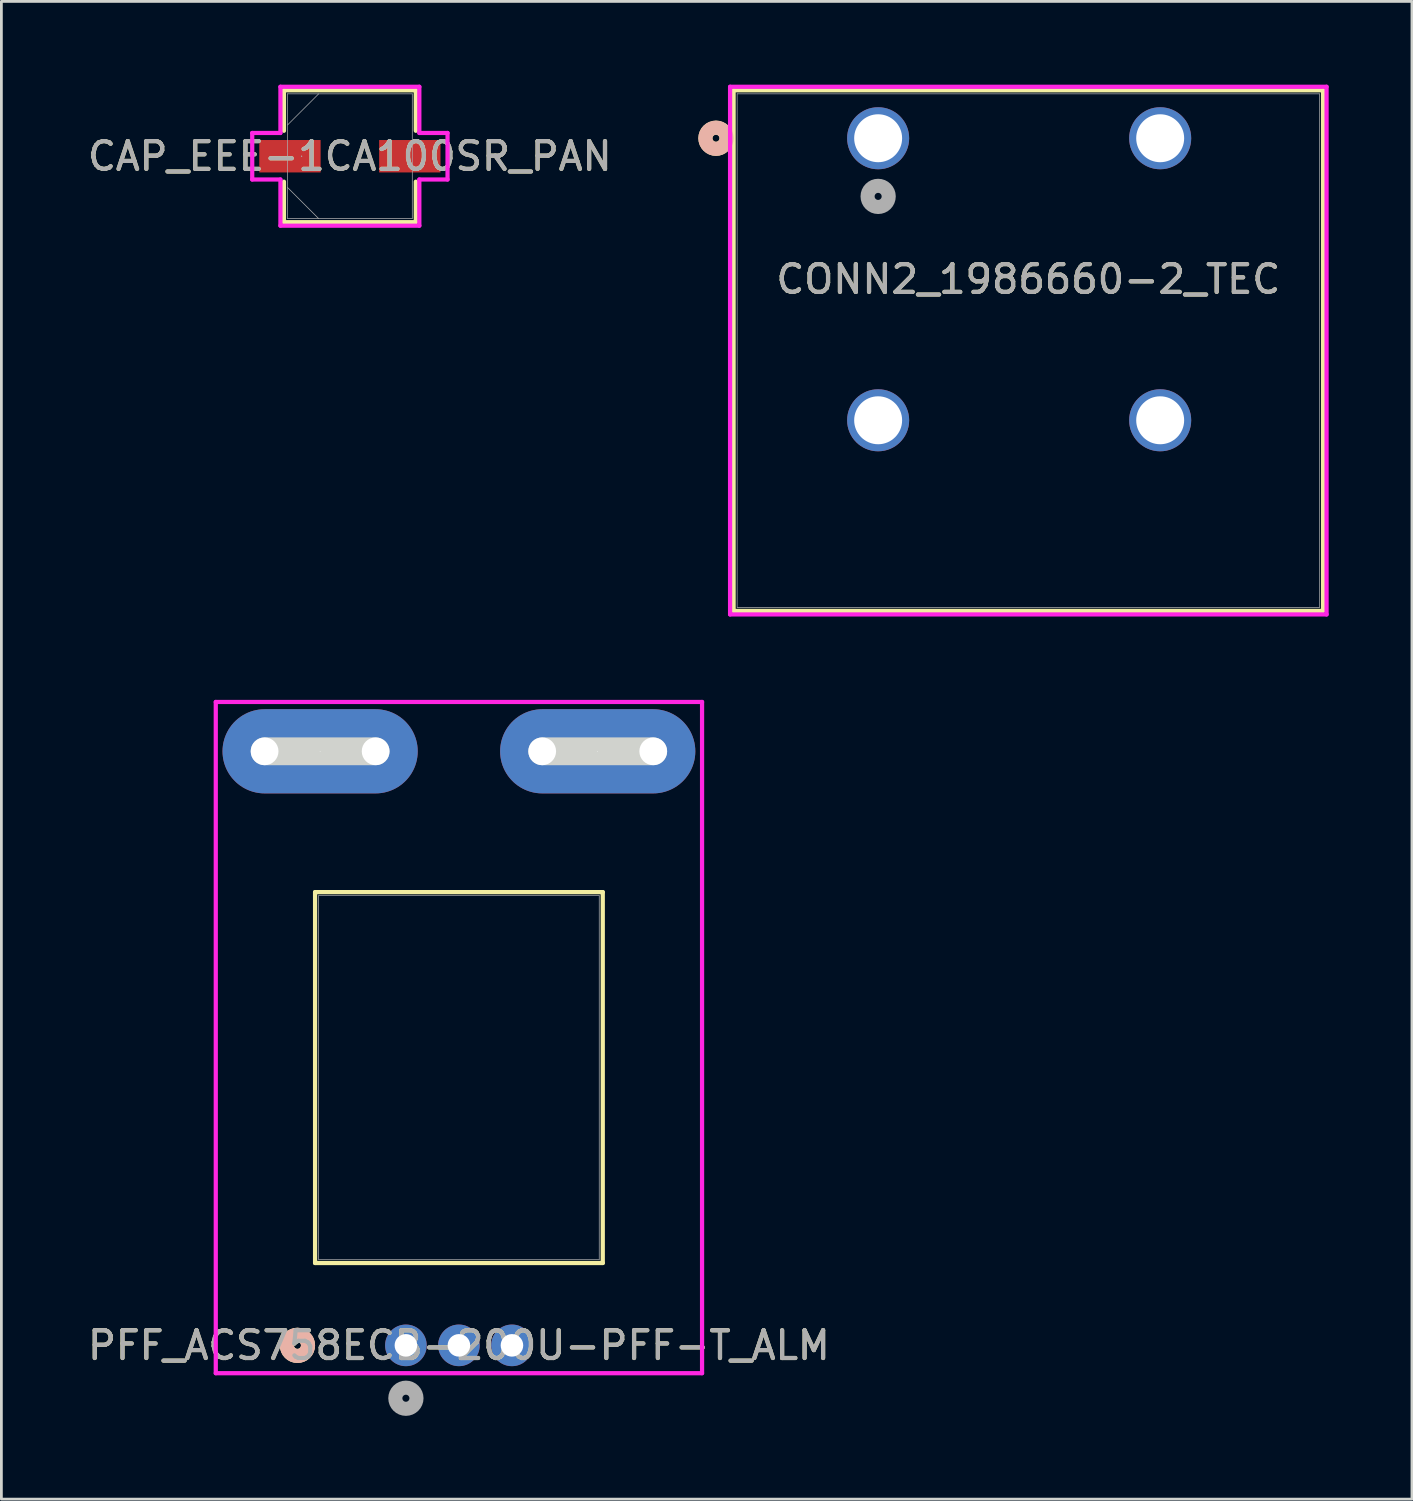
<source format=kicad_pcb>
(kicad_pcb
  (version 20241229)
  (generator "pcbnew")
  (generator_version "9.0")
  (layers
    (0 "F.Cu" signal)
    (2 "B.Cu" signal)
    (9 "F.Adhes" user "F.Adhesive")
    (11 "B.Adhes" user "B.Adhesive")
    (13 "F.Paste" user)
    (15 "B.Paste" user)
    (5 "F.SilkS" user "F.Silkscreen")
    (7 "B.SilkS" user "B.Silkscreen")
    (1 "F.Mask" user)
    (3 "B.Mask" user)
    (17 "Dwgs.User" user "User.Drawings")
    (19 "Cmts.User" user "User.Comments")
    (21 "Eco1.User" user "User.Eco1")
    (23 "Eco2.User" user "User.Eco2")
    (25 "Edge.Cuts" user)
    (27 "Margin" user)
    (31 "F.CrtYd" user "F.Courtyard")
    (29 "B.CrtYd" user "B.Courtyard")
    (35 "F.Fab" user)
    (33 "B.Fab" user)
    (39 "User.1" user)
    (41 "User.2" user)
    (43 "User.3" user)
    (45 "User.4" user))
  (footprint "CAP_EEE-1CA100SR_PAN"
    (layer "F.Cu")
    (at 9.554 2.578)
    (property "Reference" "CAP_EEE-1CA100SR_PAN" (at 0 0 0) (unlocked yes) (layer "F.SilkS") (effects (font (size 1 1) (thickness 0.15))))
    (attr smd)
    (fp_line (start -2.375 -2.375) (end -2.375 -0.917) (stroke (width 0.152) (type solid)) (layer "F.SilkS"))
    (fp_line (start -2.375 0.917) (end -2.375 2.375) (stroke (width 0.152) (type solid)) (layer "F.SilkS"))
    (fp_line (start -2.375 2.375) (end 2.375 2.375) (stroke (width 0.152) (type solid)) (layer "F.SilkS"))
    (fp_line (start 2.375 -2.375) (end -2.375 -2.375) (stroke (width 0.152) (type solid)) (layer "F.SilkS"))
    (fp_line (start 2.375 -0.917) (end 2.375 -2.375) (stroke (width 0.152) (type solid)) (layer "F.SilkS"))
    (fp_line (start 2.375 2.375) (end 2.375 0.917) (stroke (width 0.152) (type solid)) (layer "F.SilkS"))
    (fp_line (start -3.518 -0.838) (end -2.502 -0.838) (stroke (width 0.152) (type solid)) (layer "F.CrtYd"))
    (fp_line (start -3.518 0.838) (end -3.518 -0.838) (stroke (width 0.152) (type solid)) (layer "F.CrtYd"))
    (fp_line (start -2.502 -2.502) (end 2.502 -2.502) (stroke (width 0.152) (type solid)) (layer "F.CrtYd"))
    (fp_line (start -2.502 -0.838) (end -2.502 -2.502) (stroke (width 0.152) (type solid)) (layer "F.CrtYd"))
    (fp_line (start -2.502 0.838) (end -3.518 0.838) (stroke (width 0.152) (type solid)) (layer "F.CrtYd"))
    (fp_line (start -2.502 2.502) (end -2.502 0.838) (stroke (width 0.152) (type solid)) (layer "F.CrtYd"))
    (fp_line (start 2.502 -2.502) (end 2.502 -0.838) (stroke (width 0.152) (type solid)) (layer "F.CrtYd"))
    (fp_line (start 2.502 -0.838) (end 3.518 -0.838) (stroke (width 0.152) (type solid)) (layer "F.CrtYd"))
    (fp_line (start 2.502 0.838) (end 2.502 2.502) (stroke (width 0.152) (type solid)) (layer "F.CrtYd"))
    (fp_line (start 2.502 2.502) (end -2.502 2.502) (stroke (width 0.152) (type solid)) (layer "F.CrtYd"))
    (fp_line (start 3.518 -0.838) (end 3.518 0.838) (stroke (width 0.152) (type solid)) (layer "F.CrtYd"))
    (fp_line (start 3.518 0.838) (end 2.502 0.838) (stroke (width 0.152) (type solid)) (layer "F.CrtYd"))
    (fp_line (start -2.248 -2.248) (end -2.248 2.248) (stroke (width 0.025) (type solid)) (layer "F.Fab"))
    (fp_line (start -2.248 -1.124) (end -1.124 -2.248) (stroke (width 0.025) (type solid)) (layer "F.Fab"))
    (fp_line (start -2.248 1.124) (end -1.124 2.248) (stroke (width 0.025) (type solid)) (layer "F.Fab"))
    (fp_line (start -2.248 2.248) (end 2.248 2.248) (stroke (width 0.025) (type solid)) (layer "F.Fab"))
    (fp_line (start 2.248 -2.248) (end -2.248 -2.248) (stroke (width 0.025) (type solid)) (layer "F.Fab"))
    (fp_line (start 2.248 2.248) (end 2.248 -2.248) (stroke (width 0.025) (type solid)) (layer "F.Fab"))
    (fp_circle (center -1.74 0) (end -1.74 0) (stroke (width 0.025) (type solid)) (fill no) (layer "F.Fab"))
    (fp_text user "${REFERENCE}" (at 0 0 0) (unlocked yes) (layer "F.Fab") (effects (font (size 1 1) (thickness 0.15))))
    (pad "1" smd rect (at -2.159 0) (size 2.21 1.168) (layers "F.Cu" "F.Mask" "F.Paste"))
    (pad "2" smd rect (at 2.159 0) (size 2.21 1.168) (layers "F.Cu" "F.Mask" "F.Paste"))
    (zone (net_name "") (layer "F.Cu") (hatch full 0.508) (connect_pads) (min_thickness 0.254) (filled_areas_thickness no) (keepout (tracks not_allowed) (vias not_allowed) (pads allowed) (copperpour not_allowed) (footprints allowed)) (placement (enabled no)) (fill) (polygon (pts (xy 7.356 0.381) (xy 11.751 0.381) (xy 11.751 1.943) (xy 7.356 1.943))))
    (zone (net_name "") (layer "F.Cu") (hatch full 0.508) (connect_pads) (min_thickness 0.254) (filled_areas_thickness no) (keepout (tracks not_allowed) (vias not_allowed) (pads allowed) (copperpour not_allowed) (footprints allowed)) (placement (enabled no)) (fill) (polygon (pts (xy 7.356 3.213) (xy 11.751 3.213) (xy 11.751 4.775) (xy 7.356 4.775))))
    (zone (net_name "") (layer "F.Cu") (hatch full 0.508) (connect_pads) (min_thickness 0.254) (filled_areas_thickness no) (keepout (tracks not_allowed) (vias not_allowed) (pads allowed) (copperpour not_allowed) (footprints allowed)) (placement (enabled no)) (fill) (polygon (pts (xy 8.55 1.943) (xy 10.557 1.943) (xy 10.557 3.213) (xy 8.55 3.213)))))
  (footprint "PFF_ACS758ECB-200U-PFF-T_ALM"
    (layer "F.Cu")
    (at 11.572 45.415)
    (property "Reference" "PFF_ACS758ECB-200U-PFF-T_ALM" (at 1.91 0 0) (unlocked yes) (layer "F.SilkS") (effects (font (size 1 1) (thickness 0.15))))
    (attr through_hole)
    (fp_line (start -3.272 -16.327) (end -3.272 -2.967) (stroke (width 0.152) (type solid)) (layer "F.SilkS"))
    (fp_line (start -3.272 -2.967) (end 7.092 -2.967) (stroke (width 0.152) (type solid)) (layer "F.SilkS"))
    (fp_line (start 7.092 -16.327) (end -3.272 -16.327) (stroke (width 0.152) (type solid)) (layer "F.SilkS"))
    (fp_line (start 7.092 -2.967) (end 7.092 -16.327) (stroke (width 0.152) (type solid)) (layer "F.SilkS"))
    (fp_circle (center -3.907 0) (end -3.526 0) (stroke (width 0.508) (type solid)) (fill no) (layer "F.SilkS"))
    (fp_circle (center -3.907 0) (end -3.526 0) (stroke (width 0.508) (type solid)) (fill no) (layer "B.SilkS"))
    (fp_line (start -5.09 -21.4) (end -1.09 -21.4) (stroke (width 1) (type solid)) (layer "Edge.Cuts"))
    (fp_line (start 4.91 -21.4) (end 8.91 -21.4) (stroke (width 1) (type solid)) (layer "Edge.Cuts"))
    (fp_line (start -6.849 -23.178) (end -6.849 1.003) (stroke (width 0.152) (type solid)) (layer "F.CrtYd"))
    (fp_line (start -6.849 1.003) (end 10.669 1.003) (stroke (width 0.152) (type solid)) (layer "F.CrtYd"))
    (fp_line (start 10.669 -23.178) (end -6.849 -23.178) (stroke (width 0.152) (type solid)) (layer "F.CrtYd"))
    (fp_line (start 10.669 1.003) (end 10.669 -23.178) (stroke (width 0.152) (type solid)) (layer "F.CrtYd"))
    (fp_line (start -3.145 -16.2) (end -3.145 -3.094) (stroke (width 0.025) (type solid)) (layer "F.Fab"))
    (fp_line (start -3.145 -3.094) (end 6.965 -3.094) (stroke (width 0.025) (type solid)) (layer "F.Fab"))
    (fp_line (start 6.965 -16.2) (end -3.145 -16.2) (stroke (width 0.025) (type solid)) (layer "F.Fab"))
    (fp_line (start 6.965 -3.094) (end 6.965 -16.2) (stroke (width 0.025) (type solid)) (layer "F.Fab"))
    (fp_circle (center 0 1.905) (end 0.381 1.905) (stroke (width 0.508) (type solid)) (fill no) (layer "F.Fab"))
    (fp_text user "${REFERENCE}" (at 1.91 0 0) (unlocked yes) (layer "F.Fab") (effects (font (size 1 1) (thickness 0.15))))
    (pad "" np_thru_hole circle (at -5.09 -21.4) (size 1 1) (drill 1) (layers "*.Cu" "*.Mask"))
    (pad "" np_thru_hole circle (at -1.09 -21.4) (size 1 1) (drill 1) (layers "*.Cu" "*.Mask"))
    (pad "" np_thru_hole circle (at 4.91 -21.4) (size 1 1) (drill 1) (layers "*.Cu" "*.Mask"))
    (pad "" np_thru_hole circle (at 8.91 -21.4) (size 1 1) (drill 1) (layers "*.Cu" "*.Mask"))
    (pad "1" thru_hole circle (at 0 0) (size 1.499 1.499) (drill 0.813) (layers "*.Cu" "*.Mask"))
    (pad "2" thru_hole circle (at 1.91 0) (size 1.499 1.499) (drill 0.813) (layers "*.Cu" "*.Mask"))
    (pad "3" thru_hole circle (at 3.82 0) (size 1.499 1.499) (drill 0.813) (layers "*.Cu" "*.Mask"))
    (pad "4" thru_hole oval (at 6.91 -21.4) (size 7.032 3.032) (drill 0.025) (layers "*.Cu" "*.Mask"))
    (pad "5" thru_hole oval (at -3.09 -21.4) (size 7.032 3.032) (drill 0.025) (layers "*.Cu" "*.Mask")))
  (footprint "CONN2_1986660-2_TEC"
    (layer "F.Cu")
    (at 28.584 1.93)
    (property "Reference" "CONN2_1986660-2_TEC" (at 5.41 5.08 0) (unlocked yes) (layer "F.SilkS") (effects (font (size 1 1) (thickness 0.15))))
    (attr through_hole)
    (fp_line (start -5.207 -1.727) (end -5.207 17.027) (stroke (width 0.152) (type solid)) (layer "F.SilkS"))
    (fp_line (start -5.207 17.027) (end 16.027 17.027) (stroke (width 0.152) (type solid)) (layer "F.SilkS"))
    (fp_line (start 16.027 -1.727) (end -5.207 -1.727) (stroke (width 0.152) (type solid)) (layer "F.SilkS"))
    (fp_line (start 16.027 17.027) (end 16.027 -1.727) (stroke (width 0.152) (type solid)) (layer "F.SilkS"))
    (fp_circle (center -5.842 0) (end -5.461 0) (stroke (width 0.508) (type solid)) (fill no) (layer "F.SilkS"))
    (fp_circle (center -5.842 0) (end -5.461 0) (stroke (width 0.508) (type solid)) (fill no) (layer "B.SilkS"))
    (fp_line (start -5.334 -1.854) (end -5.334 17.154) (stroke (width 0.152) (type solid)) (layer "F.CrtYd"))
    (fp_line (start -5.334 17.154) (end 16.154 17.154) (stroke (width 0.152) (type solid)) (layer "F.CrtYd"))
    (fp_line (start 16.154 -1.854) (end -5.334 -1.854) (stroke (width 0.152) (type solid)) (layer "F.CrtYd"))
    (fp_line (start 16.154 17.154) (end 16.154 -1.854) (stroke (width 0.152) (type solid)) (layer "F.CrtYd"))
    (fp_line (start -5.08 -1.6) (end -5.08 16.9) (stroke (width 0.025) (type solid)) (layer "F.Fab"))
    (fp_line (start -5.08 16.9) (end 15.9 16.9) (stroke (width 0.025) (type solid)) (layer "F.Fab"))
    (fp_line (start 15.9 -1.6) (end -5.08 -1.6) (stroke (width 0.025) (type solid)) (layer "F.Fab"))
    (fp_line (start 15.9 16.9) (end 15.9 -1.6) (stroke (width 0.025) (type solid)) (layer "F.Fab"))
    (fp_circle (center 0 2.095) (end 0.381 2.095) (stroke (width 0.508) (type solid)) (fill no) (layer "F.Fab"))
    (fp_text user "${REFERENCE}" (at 5.41 5.08 0) (unlocked yes) (layer "F.Fab") (effects (font (size 1 1) (thickness 0.15))))
    (pad "1A" thru_hole circle (at 0 0) (size 2.235 2.235) (drill 1.727) (layers "*.Cu" "*.Mask"))
    (pad "1B" thru_hole circle (at 0 10.16) (size 2.235 2.235) (drill 1.727) (layers "*.Cu" "*.Mask"))
    (pad "2A" thru_hole circle (at 10.16 0) (size 2.235 2.235) (drill 1.727) (layers "*.Cu" "*.Mask"))
    (pad "2B" thru_hole circle (at 10.16 10.16) (size 2.235 2.235) (drill 1.727) (layers "*.Cu" "*.Mask")))
  (gr_rect
    (start -3 -3)
    (end 47.814 50.955)
    (stroke (width 0.1) (type default))
    (fill no)
    (layer "Edge.Cuts")))
</source>
